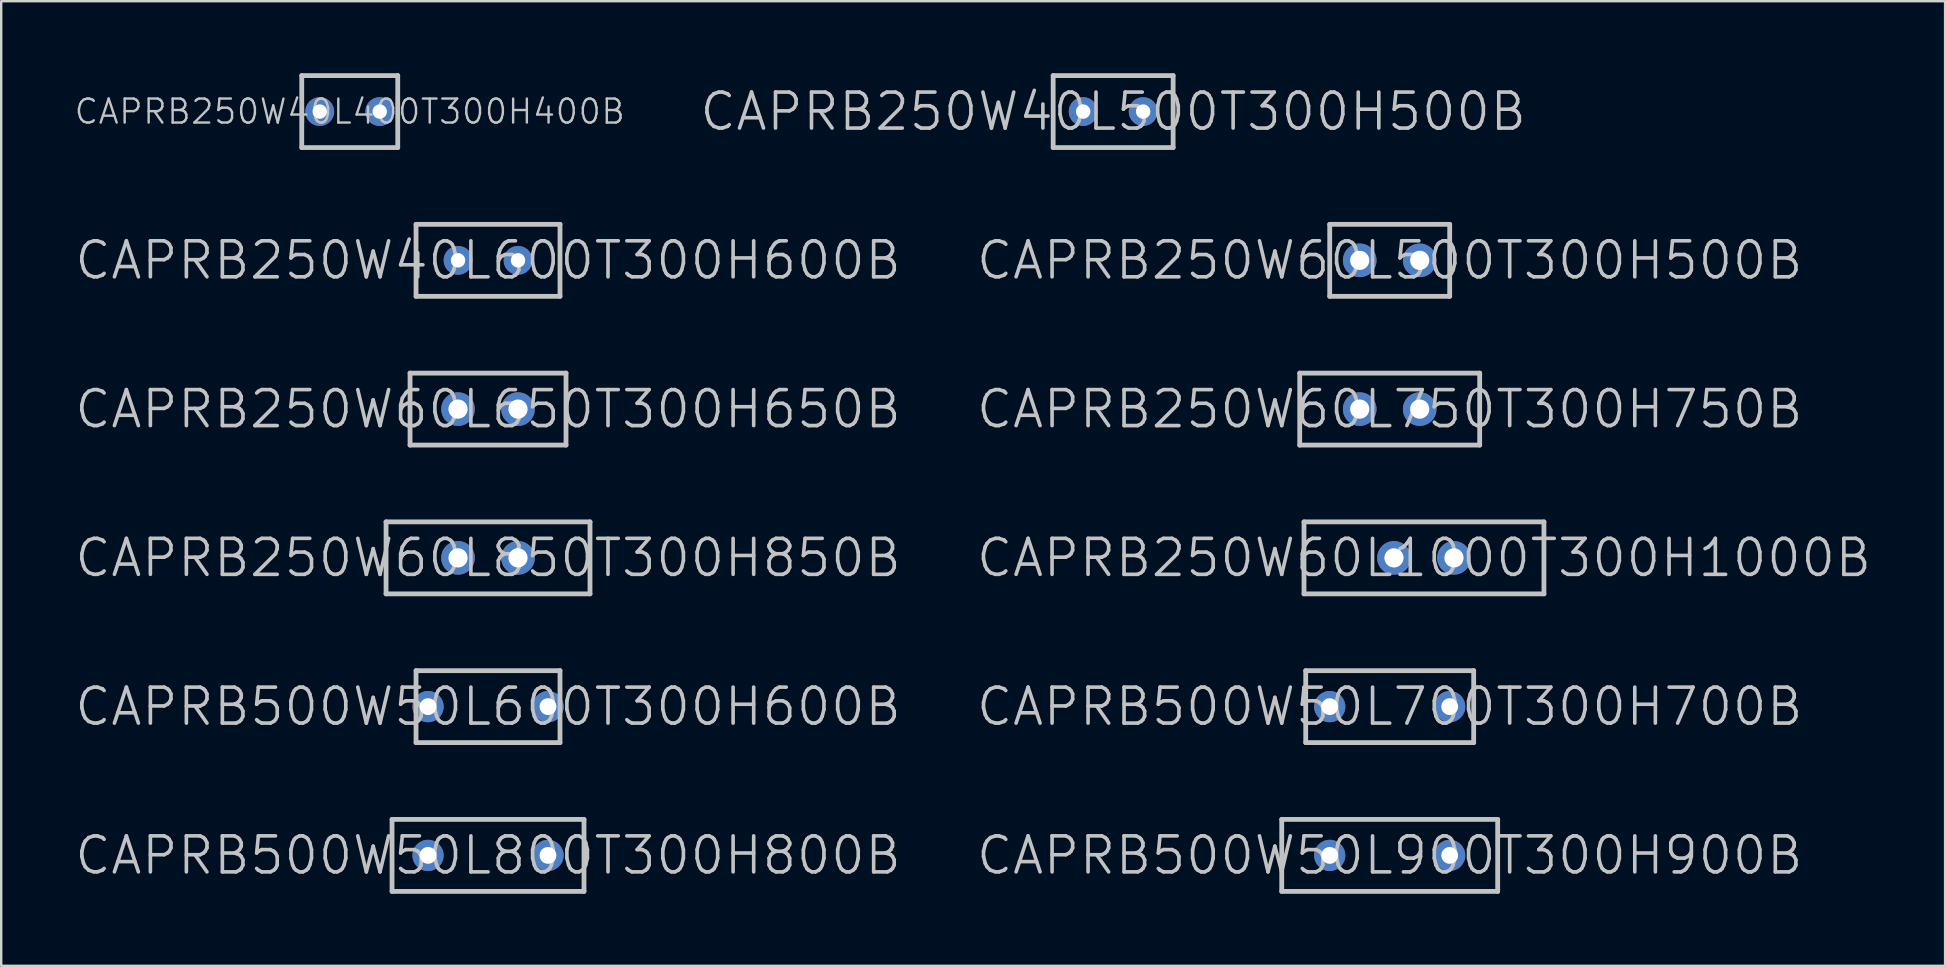
<source format=kicad_pcb>
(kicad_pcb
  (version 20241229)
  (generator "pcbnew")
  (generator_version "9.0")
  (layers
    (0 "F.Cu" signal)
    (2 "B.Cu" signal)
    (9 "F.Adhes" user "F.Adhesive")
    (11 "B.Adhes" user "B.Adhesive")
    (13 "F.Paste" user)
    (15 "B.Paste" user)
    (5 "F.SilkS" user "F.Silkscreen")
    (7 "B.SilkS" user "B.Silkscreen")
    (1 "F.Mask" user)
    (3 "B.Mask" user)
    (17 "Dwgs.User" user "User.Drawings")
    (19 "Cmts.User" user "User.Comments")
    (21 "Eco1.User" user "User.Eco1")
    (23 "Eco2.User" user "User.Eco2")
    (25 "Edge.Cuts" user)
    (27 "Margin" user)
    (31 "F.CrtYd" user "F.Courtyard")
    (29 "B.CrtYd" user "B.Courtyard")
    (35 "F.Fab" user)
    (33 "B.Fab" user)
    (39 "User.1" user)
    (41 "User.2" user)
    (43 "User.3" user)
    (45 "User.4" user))
  (footprint "CAPRB500W50L800T300H800B"
    (layer "F.Cu")
    (at 17.289 32.6)
    (property "Reference" "CAPRB500W50L800T300H800B" (at 0 0 0) (layer "Dwgs.User") (effects (font (size 1.5 1.5) (thickness 0.15))))
    (attr through_hole)
    (fp_line (start -4 -1.5) (end -4 1.5) (stroke (width 0.2) (type solid)) (layer "Dwgs.User"))
    (fp_line (start -4 -1.5) (end 4 -1.5) (stroke (width 0.2) (type solid)) (layer "Dwgs.User"))
    (fp_line (start -4 1.5) (end 4 1.5) (stroke (width 0.2) (type solid)) (layer "Dwgs.User"))
    (fp_line (start 4 -1.5) (end 4 1.5) (stroke (width 0.2) (type solid)) (layer "Dwgs.User"))
    (pad "1" thru_hole circle (at -2.5 0) (size 1.3 1.3) (drill 0.7) (layers "*.Cu" "*.Mask"))
    (pad "2" thru_hole circle (at 2.5 0) (size 1.3 1.3) (drill 0.7) (layers "*.Cu" "*.Mask")))
  (footprint "CAPRB250W60L1000T300H1000B"
    (layer "F.Cu")
    (at 56.296 20.2)
    (property "Reference" "CAPRB250W60L1000T300H1000B" (at 0 0 0) (layer "Dwgs.User") (effects (font (size 1.5 1.5) (thickness 0.15))))
    (attr through_hole)
    (fp_line (start -5 -1.5) (end -5 1.5) (stroke (width 0.2) (type solid)) (layer "Dwgs.User"))
    (fp_line (start -5 -1.5) (end 5 -1.5) (stroke (width 0.2) (type solid)) (layer "Dwgs.User"))
    (fp_line (start -5 1.5) (end 5 1.5) (stroke (width 0.2) (type solid)) (layer "Dwgs.User"))
    (fp_line (start 5 -1.5) (end 5 1.5) (stroke (width 0.2) (type solid)) (layer "Dwgs.User"))
    (pad "1" thru_hole circle (at -1.25 0) (size 1.4 1.4) (drill 0.8) (layers "*.Cu" "*.Mask"))
    (pad "2" thru_hole circle (at 1.25 0) (size 1.4 1.4) (drill 0.8) (layers "*.Cu" "*.Mask")))
  (footprint "CAPRB250W60L750T300H750B"
    (layer "F.Cu")
    (at 54.868 14)
    (property "Reference" "CAPRB250W60L750T300H750B" (at 0 0 0) (layer "Dwgs.User") (effects (font (size 1.5 1.5) (thickness 0.15))))
    (attr through_hole)
    (fp_line (start -3.75 -1.5) (end -3.75 1.5) (stroke (width 0.2) (type solid)) (layer "Dwgs.User"))
    (fp_line (start -3.75 -1.5) (end 3.75 -1.5) (stroke (width 0.2) (type solid)) (layer "Dwgs.User"))
    (fp_line (start -3.75 1.5) (end 3.75 1.5) (stroke (width 0.2) (type solid)) (layer "Dwgs.User"))
    (fp_line (start 3.75 -1.5) (end 3.75 1.5) (stroke (width 0.2) (type solid)) (layer "Dwgs.User"))
    (pad "1" thru_hole circle (at -1.25 0) (size 1.4 1.4) (drill 0.8) (layers "*.Cu" "*.Mask"))
    (pad "2" thru_hole circle (at 1.25 0) (size 1.4 1.4) (drill 0.8) (layers "*.Cu" "*.Mask")))
  (footprint "CAPRB250W60L650T300H650B"
    (layer "F.Cu")
    (at 17.289 14)
    (property "Reference" "CAPRB250W60L650T300H650B" (at 0 0 0) (layer "Dwgs.User") (effects (font (size 1.5 1.5) (thickness 0.15))))
    (attr through_hole)
    (fp_line (start -3.25 -1.5) (end -3.25 1.5) (stroke (width 0.2) (type solid)) (layer "Dwgs.User"))
    (fp_line (start -3.25 -1.5) (end 3.25 -1.5) (stroke (width 0.2) (type solid)) (layer "Dwgs.User"))
    (fp_line (start -3.25 1.5) (end 3.25 1.5) (stroke (width 0.2) (type solid)) (layer "Dwgs.User"))
    (fp_line (start 3.25 -1.5) (end 3.25 1.5) (stroke (width 0.2) (type solid)) (layer "Dwgs.User"))
    (pad "1" thru_hole circle (at -1.25 0) (size 1.4 1.4) (drill 0.8) (layers "*.Cu" "*.Mask"))
    (pad "2" thru_hole circle (at 1.25 0) (size 1.4 1.4) (drill 0.8) (layers "*.Cu" "*.Mask")))
  (footprint "CAPRB500W50L700T300H700B"
    (layer "F.Cu")
    (at 54.868 26.4)
    (property "Reference" "CAPRB500W50L700T300H700B" (at 0 0 0) (layer "Dwgs.User") (effects (font (size 1.5 1.5) (thickness 0.15))))
    (attr through_hole)
    (fp_line (start -3.5 -1.5) (end -3.5 1.5) (stroke (width 0.2) (type solid)) (layer "Dwgs.User"))
    (fp_line (start -3.5 -1.5) (end 3.5 -1.5) (stroke (width 0.2) (type solid)) (layer "Dwgs.User"))
    (fp_line (start -3.5 1.5) (end 3.5 1.5) (stroke (width 0.2) (type solid)) (layer "Dwgs.User"))
    (fp_line (start 3.5 -1.5) (end 3.5 1.5) (stroke (width 0.2) (type solid)) (layer "Dwgs.User"))
    (pad "1" thru_hole circle (at -2.5 0) (size 1.3 1.3) (drill 0.7) (layers "*.Cu" "*.Mask"))
    (pad "2" thru_hole circle (at 2.5 0) (size 1.3 1.3) (drill 0.7) (layers "*.Cu" "*.Mask")))
  (footprint "CAPRB250W40L500T300H500B"
    (layer "F.Cu")
    (at 43.342 1.6)
    (property "Reference" "CAPRB250W40L500T300H500B" (at 0 0 0) (layer "Dwgs.User") (effects (font (size 1.5 1.5) (thickness 0.15))))
    (attr through_hole)
    (fp_line (start -2.5 -1.5) (end -2.5 1.5) (stroke (width 0.2) (type solid)) (layer "Dwgs.User"))
    (fp_line (start -2.5 -1.5) (end 2.5 -1.5) (stroke (width 0.2) (type solid)) (layer "Dwgs.User"))
    (fp_line (start -2.5 1.5) (end 2.5 1.5) (stroke (width 0.2) (type solid)) (layer "Dwgs.User"))
    (fp_line (start 2.5 -1.5) (end 2.5 1.5) (stroke (width 0.2) (type solid)) (layer "Dwgs.User"))
    (pad "1" thru_hole circle (at -1.25 0) (size 1.2 1.2) (drill 0.6) (layers "*.Cu" "*.Mask"))
    (pad "2" thru_hole circle (at 1.25 0) (size 1.2 1.2) (drill 0.6) (layers "*.Cu" "*.Mask")))
  (footprint "CAPRB250W60L500T300H500B"
    (layer "F.Cu")
    (at 54.868 7.8)
    (property "Reference" "CAPRB250W60L500T300H500B" (at 0 0 0) (layer "Dwgs.User") (effects (font (size 1.5 1.5) (thickness 0.15))))
    (attr through_hole)
    (fp_line (start -2.5 -1.5) (end -2.5 1.5) (stroke (width 0.2) (type solid)) (layer "Dwgs.User"))
    (fp_line (start -2.5 -1.5) (end 2.5 -1.5) (stroke (width 0.2) (type solid)) (layer "Dwgs.User"))
    (fp_line (start -2.5 1.5) (end 2.5 1.5) (stroke (width 0.2) (type solid)) (layer "Dwgs.User"))
    (fp_line (start 2.5 -1.5) (end 2.5 1.5) (stroke (width 0.2) (type solid)) (layer "Dwgs.User"))
    (pad "1" thru_hole circle (at -1.25 0) (size 1.4 1.4) (drill 0.8) (layers "*.Cu" "*.Mask"))
    (pad "2" thru_hole circle (at 1.25 0) (size 1.4 1.4) (drill 0.8) (layers "*.Cu" "*.Mask")))
  (footprint "CAPRB250W40L600T300H600B"
    (layer "F.Cu")
    (at 17.289 7.8)
    (property "Reference" "CAPRB250W40L600T300H600B" (at 0 0 0) (layer "Dwgs.User") (effects (font (size 1.5 1.5) (thickness 0.15))))
    (attr through_hole)
    (fp_line (start -3 -1.5) (end -3 1.5) (stroke (width 0.2) (type solid)) (layer "Dwgs.User"))
    (fp_line (start -3 -1.5) (end 3 -1.5) (stroke (width 0.2) (type solid)) (layer "Dwgs.User"))
    (fp_line (start -3 1.5) (end 3 1.5) (stroke (width 0.2) (type solid)) (layer "Dwgs.User"))
    (fp_line (start 3 -1.5) (end 3 1.5) (stroke (width 0.2) (type solid)) (layer "Dwgs.User"))
    (pad "1" thru_hole circle (at -1.25 0) (size 1.2 1.2) (drill 0.6) (layers "*.Cu" "*.Mask"))
    (pad "2" thru_hole circle (at 1.25 0) (size 1.2 1.2) (drill 0.6) (layers "*.Cu" "*.Mask")))
  (footprint "CAPRB500W50L600T300H600B"
    (layer "F.Cu")
    (at 17.289 26.4)
    (property "Reference" "CAPRB500W50L600T300H600B" (at 0 0 0) (layer "Dwgs.User") (effects (font (size 1.5 1.5) (thickness 0.15))))
    (attr through_hole)
    (fp_line (start -3 -1.5) (end -3 1.5) (stroke (width 0.2) (type solid)) (layer "Dwgs.User"))
    (fp_line (start -3 -1.5) (end 3 -1.5) (stroke (width 0.2) (type solid)) (layer "Dwgs.User"))
    (fp_line (start -3 1.5) (end 3 1.5) (stroke (width 0.2) (type solid)) (layer "Dwgs.User"))
    (fp_line (start 3 -1.5) (end 3 1.5) (stroke (width 0.2) (type solid)) (layer "Dwgs.User"))
    (pad "1" thru_hole circle (at -2.5 0) (size 1.3 1.3) (drill 0.7) (layers "*.Cu" "*.Mask"))
    (pad "2" thru_hole circle (at 2.5 0) (size 1.3 1.3) (drill 0.7) (layers "*.Cu" "*.Mask")))
  (footprint "CAPRB500W50L900T300H900B"
    (layer "F.Cu")
    (at 54.868 32.6)
    (property "Reference" "CAPRB500W50L900T300H900B" (at 0 0 0) (layer "Dwgs.User") (effects (font (size 1.5 1.5) (thickness 0.15))))
    (attr through_hole)
    (fp_line (start -4.5 -1.5) (end -4.5 1.5) (stroke (width 0.2) (type solid)) (layer "Dwgs.User"))
    (fp_line (start -4.5 -1.5) (end 4.5 -1.5) (stroke (width 0.2) (type solid)) (layer "Dwgs.User"))
    (fp_line (start -4.5 1.5) (end 4.5 1.5) (stroke (width 0.2) (type solid)) (layer "Dwgs.User"))
    (fp_line (start 4.5 -1.5) (end 4.5 1.5) (stroke (width 0.2) (type solid)) (layer "Dwgs.User"))
    (pad "1" thru_hole circle (at -2.5 0) (size 1.3 1.3) (drill 0.7) (layers "*.Cu" "*.Mask"))
    (pad "2" thru_hole circle (at 2.5 0) (size 1.3 1.3) (drill 0.7) (layers "*.Cu" "*.Mask")))
  (footprint "CAPRB250W60L850T300H850B"
    (layer "F.Cu")
    (at 17.289 20.2)
    (property "Reference" "CAPRB250W60L850T300H850B" (at 0 0 0) (layer "Dwgs.User") (effects (font (size 1.5 1.5) (thickness 0.15))))
    (attr through_hole)
    (fp_line (start -4.25 -1.5) (end -4.25 1.5) (stroke (width 0.2) (type solid)) (layer "Dwgs.User"))
    (fp_line (start -4.25 -1.5) (end 4.25 -1.5) (stroke (width 0.2) (type solid)) (layer "Dwgs.User"))
    (fp_line (start -4.25 1.5) (end 4.25 1.5) (stroke (width 0.2) (type solid)) (layer "Dwgs.User"))
    (fp_line (start 4.25 -1.5) (end 4.25 1.5) (stroke (width 0.2) (type solid)) (layer "Dwgs.User"))
    (pad "1" thru_hole circle (at -1.25 0) (size 1.4 1.4) (drill 0.8) (layers "*.Cu" "*.Mask"))
    (pad "2" thru_hole circle (at 1.25 0) (size 1.4 1.4) (drill 0.8) (layers "*.Cu" "*.Mask")))
  (footprint "CAPRB250W40L400T300H400B"
    (layer "F.Cu")
    (at 11.526 1.6)
    (property "Reference" "CAPRB250W40L400T300H400B" (at 0 0 0) (layer "Dwgs.User") (effects (font (size 1 1) (thickness 0.1))))
    (attr through_hole)
    (fp_line (start -2 -1.5) (end -2 1.5) (stroke (width 0.2) (type solid)) (layer "Dwgs.User"))
    (fp_line (start -2 -1.5) (end 2 -1.5) (stroke (width 0.2) (type solid)) (layer "Dwgs.User"))
    (fp_line (start -2 1.5) (end 2 1.5) (stroke (width 0.2) (type solid)) (layer "Dwgs.User"))
    (fp_line (start 2 -1.5) (end 2 1.5) (stroke (width 0.2) (type solid)) (layer "Dwgs.User"))
    (pad "1" thru_hole circle (at -1.25 0) (size 1.2 1.2) (drill 0.6) (layers "*.Cu" "*.Mask"))
    (pad "2" thru_hole circle (at 1.25 0) (size 1.2 1.2) (drill 0.6) (layers "*.Cu" "*.Mask")))
  (gr_rect
    (start -3 -3)
    (end 78.014 37.2)
    (stroke (width 0.1) (type default))
    (fill no)
    (layer "Edge.Cuts")))
</source>
